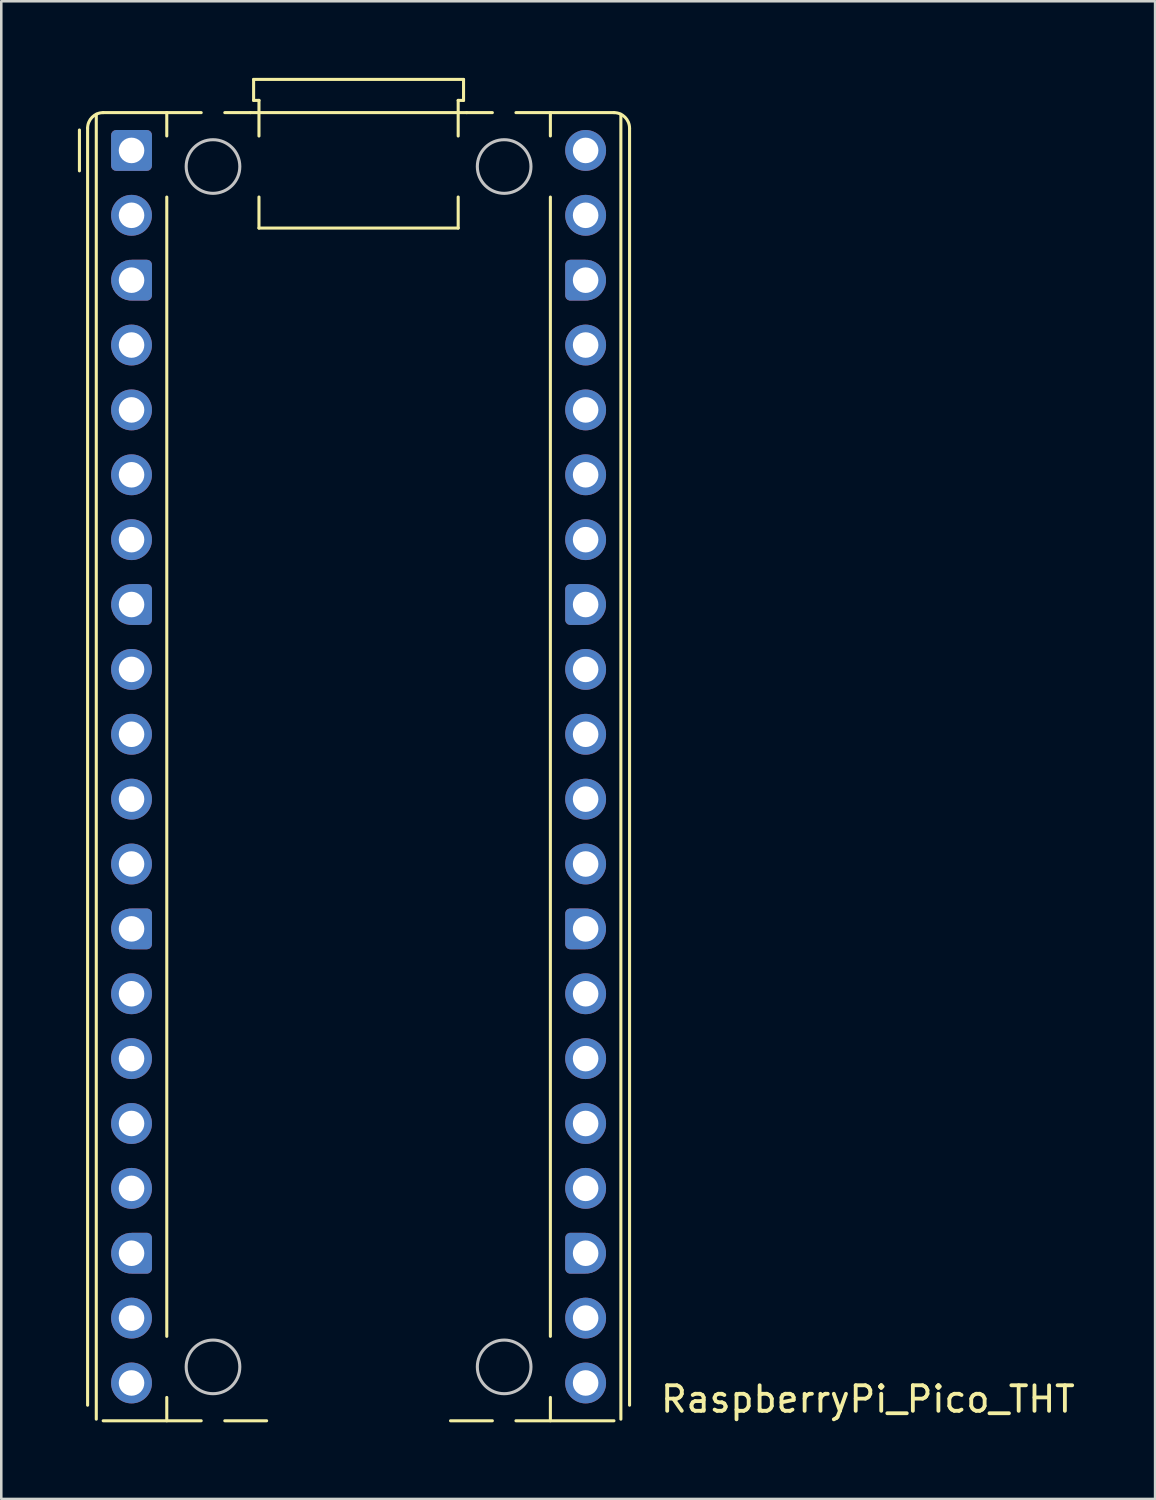
<source format=kicad_pcb>
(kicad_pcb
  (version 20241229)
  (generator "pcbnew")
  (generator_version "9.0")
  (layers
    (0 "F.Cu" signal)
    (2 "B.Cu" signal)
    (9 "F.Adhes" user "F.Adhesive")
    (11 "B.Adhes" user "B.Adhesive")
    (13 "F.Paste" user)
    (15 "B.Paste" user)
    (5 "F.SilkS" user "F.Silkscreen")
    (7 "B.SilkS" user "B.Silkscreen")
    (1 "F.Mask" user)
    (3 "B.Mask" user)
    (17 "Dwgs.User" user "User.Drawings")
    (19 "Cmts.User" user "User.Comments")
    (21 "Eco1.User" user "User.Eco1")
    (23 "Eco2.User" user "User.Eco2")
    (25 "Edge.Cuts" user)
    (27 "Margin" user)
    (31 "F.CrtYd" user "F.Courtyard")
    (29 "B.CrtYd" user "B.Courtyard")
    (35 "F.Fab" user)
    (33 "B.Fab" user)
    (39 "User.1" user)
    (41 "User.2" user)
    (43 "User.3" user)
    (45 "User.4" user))
  (footprint "RaspberryPi_Pico_THT"
    (layer "F.Cu")
    (at 2.1 2.84)
    (property "Reference" "RaspberryPi_Pico_THT" (at 20.637 48.895 0) (unlocked yes) (layer "F.SilkS") (effects (font (size 1 1) (thickness 0.15)) (justify left)))
    (attr through_hole)
    (fp_line (start -2.04 0.8) (end -2.04 -0.8) (stroke (width 0.12) (type solid)) (layer "F.SilkS"))
    (fp_line (start -1.72 -0.87) (end -1.72 49.13) (stroke (width 0.12) (type solid)) (layer "F.SilkS"))
    (fp_line (start -1.38 -1.417) (end -1.38 49.677) (stroke (width 0.12) (type solid)) (layer "F.SilkS"))
    (fp_line (start -1.11 -1.48) (end 1.38 -1.48) (stroke (width 0.12) (type solid)) (layer "F.SilkS"))
    (fp_line (start -1.11 49.74) (end 2.728 49.74) (stroke (width 0.12) (type solid)) (layer "F.SilkS"))
    (fp_line (start 1.38 -1.48) (end 1.38 -0.566) (stroke (width 0.12) (type solid)) (layer "F.SilkS"))
    (fp_line (start 1.38 -1.48) (end 2.728 -1.48) (stroke (width 0.12) (type solid)) (layer "F.SilkS"))
    (fp_line (start 1.38 1.826) (end 1.38 46.434) (stroke (width 0.12) (type solid)) (layer "F.SilkS"))
    (fp_line (start 1.38 48.826) (end 1.38 49.74) (stroke (width 0.12) (type solid)) (layer "F.SilkS"))
    (fp_line (start 3.652 -1.48) (end 4.655 -1.48) (stroke (width 0.12) (type solid)) (layer "F.SilkS"))
    (fp_line (start 4.655 -1.48) (end 13.125 -1.48) (stroke (width 0.12) (type solid)) (layer "F.SilkS"))
    (fp_line (start 4.78 -2.78) (end 4.78 -1.96) (stroke (width 0.12) (type solid)) (layer "F.SilkS"))
    (fp_line (start 4.78 -2.78) (end 13 -2.78) (stroke (width 0.12) (type solid)) (layer "F.SilkS"))
    (fp_line (start 4.78 -1.96) (end 4.99 -1.96) (stroke (width 0.12) (type solid)) (layer "F.SilkS"))
    (fp_line (start 4.99 -1.96) (end 4.99 -0.564) (stroke (width 0.12) (type solid)) (layer "F.SilkS"))
    (fp_line (start 4.99 1.824) (end 4.99 3.04) (stroke (width 0.12) (type solid)) (layer "F.SilkS"))
    (fp_line (start 5.29 49.74) (end 3.652 49.74) (stroke (width 0.12) (type solid)) (layer "F.SilkS"))
    (fp_line (start 12.79 -1.96) (end 12.79 -0.564) (stroke (width 0.12) (type solid)) (layer "F.SilkS"))
    (fp_line (start 12.79 1.824) (end 12.79 3.04) (stroke (width 0.12) (type solid)) (layer "F.SilkS"))
    (fp_line (start 12.79 3.04) (end 4.99 3.04) (stroke (width 0.12) (type solid)) (layer "F.SilkS"))
    (fp_line (start 13 -2.78) (end 13 -1.96) (stroke (width 0.12) (type solid)) (layer "F.SilkS"))
    (fp_line (start 13 -1.96) (end 12.79 -1.96) (stroke (width 0.12) (type solid)) (layer "F.SilkS"))
    (fp_line (start 13.125 -1.48) (end 14.128 -1.48) (stroke (width 0.12) (type solid)) (layer "F.SilkS"))
    (fp_line (start 14.128 49.74) (end 12.49 49.74) (stroke (width 0.12) (type solid)) (layer "F.SilkS"))
    (fp_line (start 15.052 -1.48) (end 16.4 -1.48) (stroke (width 0.12) (type solid)) (layer "F.SilkS"))
    (fp_line (start 15.052 49.74) (end 18.89 49.74) (stroke (width 0.12) (type solid)) (layer "F.SilkS"))
    (fp_line (start 16.4 -1.48) (end 16.4 -0.566) (stroke (width 0.12) (type solid)) (layer "F.SilkS"))
    (fp_line (start 16.4 1.826) (end 16.4 46.434) (stroke (width 0.12) (type solid)) (layer "F.SilkS"))
    (fp_line (start 16.4 48.826) (end 16.4 49.74) (stroke (width 0.12) (type solid)) (layer "F.SilkS"))
    (fp_line (start 18.89 -1.48) (end 16.4 -1.48) (stroke (width 0.12) (type solid)) (layer "F.SilkS"))
    (fp_line (start 19.16 49.677) (end 19.16 -1.417) (stroke (width 0.12) (type solid)) (layer "F.SilkS"))
    (fp_line (start 19.5 -0.87) (end 19.5 49.13) (stroke (width 0.12) (type solid)) (layer "F.SilkS"))
    (fp_arc (start -1.72 -0.87) (mid -1.541335 -1.301335) (end -1.11 -1.48) (stroke (width 0.12) (type solid)) (layer "F.SilkS"))
    (fp_arc (start 18.89 -1.48) (mid 19.321335 -1.301335) (end 19.5 -0.87) (stroke (width 0.12) (type solid)) (layer "F.SilkS"))
    (fp_circle (center 3.19 0.63) (end 4.24 0.63) (stroke (width 0.12) (type solid)) (fill no) (layer "Dwgs.User"))
    (fp_circle (center 3.19 47.63) (end 4.24 47.63) (stroke (width 0.12) (type solid)) (fill no) (layer "Dwgs.User"))
    (fp_circle (center 14.59 0.63) (end 15.64 0.63) (stroke (width 0.12) (type solid)) (fill no) (layer "Dwgs.User"))
    (fp_circle (center 14.59 47.63) (end 15.64 47.63) (stroke (width 0.12) (type solid)) (fill no) (layer "Dwgs.User"))
    (pad "1" thru_hole roundrect (at 0 0) (size 1.6 1.6) (drill 1) (layers "*.Cu" "*.Mask") (roundrect_rratio 0.125))
    (pad "2" thru_hole circle (at 0 2.54) (size 1.6 1.6) (drill 1) (layers "*.Cu" "*.Mask"))
    (pad "3" thru_hole custom (at 0 5.08) (size 1.6 1.6) (drill 1) (layers "*.Cu" "*.Mask") (options (anchor circle)) (primitives (gr_poly (pts (xy 0.8 0.6) (xy 0.8 -0.6) (xy 0.6 -0.8) (xy 0 -0.8) (xy 0 0.8) (xy 0.6 0.8)) (width 0) (fill yes)) (gr_circle (center 0.6 0.6) (end 0.8 0.6) (width 0) (fill yes)) (gr_circle (center 0.6 -0.6) (end 0.8 -0.6) (width 0) (fill yes))))
    (pad "4" thru_hole circle (at 0 7.62) (size 1.6 1.6) (drill 1) (layers "*.Cu" "*.Mask"))
    (pad "5" thru_hole circle (at 0 10.16) (size 1.6 1.6) (drill 1) (layers "*.Cu" "*.Mask"))
    (pad "6" thru_hole circle (at 0 12.7) (size 1.6 1.6) (drill 1) (layers "*.Cu" "*.Mask"))
    (pad "7" thru_hole circle (at 0 15.24) (size 1.6 1.6) (drill 1) (layers "*.Cu" "*.Mask"))
    (pad "8" thru_hole custom (at 0 17.78) (size 1.6 1.6) (drill 1) (layers "*.Cu" "*.Mask") (options (anchor circle)) (primitives (gr_poly (pts (xy 0.8 0.6) (xy 0.8 -0.6) (xy 0.6 -0.8) (xy 0 -0.8) (xy 0 0.8) (xy 0.6 0.8)) (width 0) (fill yes)) (gr_circle (center 0.6 0.6) (end 0.8 0.6) (width 0) (fill yes)) (gr_circle (center 0.6 -0.6) (end 0.8 -0.6) (width 0) (fill yes))))
    (pad "9" thru_hole circle (at 0 20.32) (size 1.6 1.6) (drill 1) (layers "*.Cu" "*.Mask"))
    (pad "10" thru_hole circle (at 0 22.86) (size 1.6 1.6) (drill 1) (layers "*.Cu" "*.Mask"))
    (pad "11" thru_hole circle (at 0 25.4) (size 1.6 1.6) (drill 1) (layers "*.Cu" "*.Mask"))
    (pad "12" thru_hole circle (at 0 27.94) (size 1.6 1.6) (drill 1) (layers "*.Cu" "*.Mask"))
    (pad "13" thru_hole custom (at 0 30.48) (size 1.6 1.6) (drill 1) (layers "*.Cu" "*.Mask") (options (anchor circle)) (primitives (gr_poly (pts (xy 0.8 0.6) (xy 0.8 -0.6) (xy 0.6 -0.8) (xy 0 -0.8) (xy 0 0.8) (xy 0.6 0.8)) (width 0) (fill yes)) (gr_circle (center 0.6 0.6) (end 0.8 0.6) (width 0) (fill yes)) (gr_circle (center 0.6 -0.6) (end 0.8 -0.6) (width 0) (fill yes))))
    (pad "14" thru_hole circle (at 0 33.02) (size 1.6 1.6) (drill 1) (layers "*.Cu" "*.Mask"))
    (pad "15" thru_hole circle (at 0 35.56) (size 1.6 1.6) (drill 1) (layers "*.Cu" "*.Mask"))
    (pad "16" thru_hole circle (at 0 38.1) (size 1.6 1.6) (drill 1) (layers "*.Cu" "*.Mask"))
    (pad "17" thru_hole circle (at 0 40.64) (size 1.6 1.6) (drill 1) (layers "*.Cu" "*.Mask"))
    (pad "18" thru_hole custom (at 0 43.18) (size 1.6 1.6) (drill 1) (layers "*.Cu" "*.Mask") (options (anchor circle)) (primitives (gr_poly (pts (xy 0.8 0.6) (xy 0.8 -0.6) (xy 0.6 -0.8) (xy 0 -0.8) (xy 0 0.8) (xy 0.6 0.8)) (width 0) (fill yes)) (gr_circle (center 0.6 0.6) (end 0.8 0.6) (width 0) (fill yes)) (gr_circle (center 0.6 -0.6) (end 0.8 -0.6) (width 0) (fill yes))))
    (pad "19" thru_hole circle (at 0 45.72) (size 1.6 1.6) (drill 1) (layers "*.Cu" "*.Mask"))
    (pad "20" thru_hole circle (at 0 48.26) (size 1.6 1.6) (drill 1) (layers "*.Cu" "*.Mask"))
    (pad "21" thru_hole circle (at 17.78 48.26) (size 1.6 1.6) (drill 1) (layers "*.Cu" "*.Mask"))
    (pad "22" thru_hole circle (at 17.78 45.72) (size 1.6 1.6) (drill 1) (layers "*.Cu" "*.Mask"))
    (pad "23" thru_hole custom (at 17.78 43.18) (size 1.6 1.6) (drill 1) (layers "*.Cu" "*.Mask") (options (anchor circle)) (primitives (gr_poly (pts (xy -0.8 0.6) (xy -0.8 -0.6) (xy -0.6 -0.8) (xy 0 -0.8) (xy 0 0.8) (xy -0.6 0.8)) (width 0) (fill yes)) (gr_circle (center -0.6 0.6) (end -0.4 0.6) (width 0) (fill yes)) (gr_circle (center -0.6 -0.6) (end -0.4 -0.6) (width 0) (fill yes))))
    (pad "24" thru_hole circle (at 17.78 40.64) (size 1.6 1.6) (drill 1) (layers "*.Cu" "*.Mask"))
    (pad "25" thru_hole circle (at 17.78 38.1) (size 1.6 1.6) (drill 1) (layers "*.Cu" "*.Mask"))
    (pad "26" thru_hole circle (at 17.78 35.56) (size 1.6 1.6) (drill 1) (layers "*.Cu" "*.Mask"))
    (pad "27" thru_hole circle (at 17.78 33.02) (size 1.6 1.6) (drill 1) (layers "*.Cu" "*.Mask"))
    (pad "28" thru_hole custom (at 17.78 30.48) (size 1.6 1.6) (drill 1) (layers "*.Cu" "*.Mask") (options (anchor circle)) (primitives (gr_poly (pts (xy -0.8 0.6) (xy -0.8 -0.6) (xy -0.6 -0.8) (xy 0 -0.8) (xy 0 0.8) (xy -0.6 0.8)) (width 0) (fill yes)) (gr_circle (center -0.6 0.6) (end -0.4 0.6) (width 0) (fill yes)) (gr_circle (center -0.6 -0.6) (end -0.4 -0.6) (width 0) (fill yes))))
    (pad "29" thru_hole circle (at 17.78 27.94) (size 1.6 1.6) (drill 1) (layers "*.Cu" "*.Mask"))
    (pad "30" thru_hole circle (at 17.78 25.4) (size 1.6 1.6) (drill 1) (layers "*.Cu" "*.Mask"))
    (pad "31" thru_hole circle (at 17.78 22.86) (size 1.6 1.6) (drill 1) (layers "*.Cu" "*.Mask"))
    (pad "32" thru_hole circle (at 17.78 20.32) (size 1.6 1.6) (drill 1) (layers "*.Cu" "*.Mask"))
    (pad "33" thru_hole custom (at 17.78 17.78) (size 1.6 1.6) (drill 1) (layers "*.Cu" "*.Mask") (options (anchor circle)) (primitives (gr_poly (pts (xy -0.8 0.6) (xy -0.8 -0.6) (xy -0.6 -0.8) (xy 0 -0.8) (xy 0 0.8) (xy -0.6 0.8)) (width 0) (fill yes)) (gr_circle (center -0.6 0.6) (end -0.4 0.6) (width 0) (fill yes)) (gr_circle (center -0.6 -0.6) (end -0.4 -0.6) (width 0) (fill yes))))
    (pad "34" thru_hole circle (at 17.78 15.24) (size 1.6 1.6) (drill 1) (layers "*.Cu" "*.Mask"))
    (pad "35" thru_hole circle (at 17.78 12.7) (size 1.6 1.6) (drill 1) (layers "*.Cu" "*.Mask"))
    (pad "36" thru_hole circle (at 17.78 10.16) (size 1.6 1.6) (drill 1) (layers "*.Cu" "*.Mask"))
    (pad "37" thru_hole circle (at 17.78 7.62) (size 1.6 1.6) (drill 1) (layers "*.Cu" "*.Mask"))
    (pad "38" thru_hole custom (at 17.78 5.08) (size 1.6 1.6) (drill 1) (layers "*.Cu" "*.Mask") (options (anchor circle)) (primitives (gr_poly (pts (xy -0.8 0.6) (xy -0.8 -0.6) (xy -0.6 -0.8) (xy 0 -0.8) (xy 0 0.8) (xy -0.6 0.8)) (width 0) (fill yes)) (gr_circle (center -0.6 0.6) (end -0.4 0.6) (width 0) (fill yes)) (gr_circle (center -0.6 -0.6) (end -0.4 -0.6) (width 0) (fill yes))))
    (pad "39" thru_hole circle (at 17.78 2.54) (size 1.6 1.6) (drill 1) (layers "*.Cu" "*.Mask"))
    (pad "40" thru_hole circle (at 17.78 0) (size 1.6 1.6) (drill 1) (layers "*.Cu" "*.Mask")))
  (gr_rect
    (start -3 -3)
    (end 42.178 55.64)
    (stroke (width 0.1) (type default))
    (fill no)
    (layer "Edge.Cuts")))
</source>
